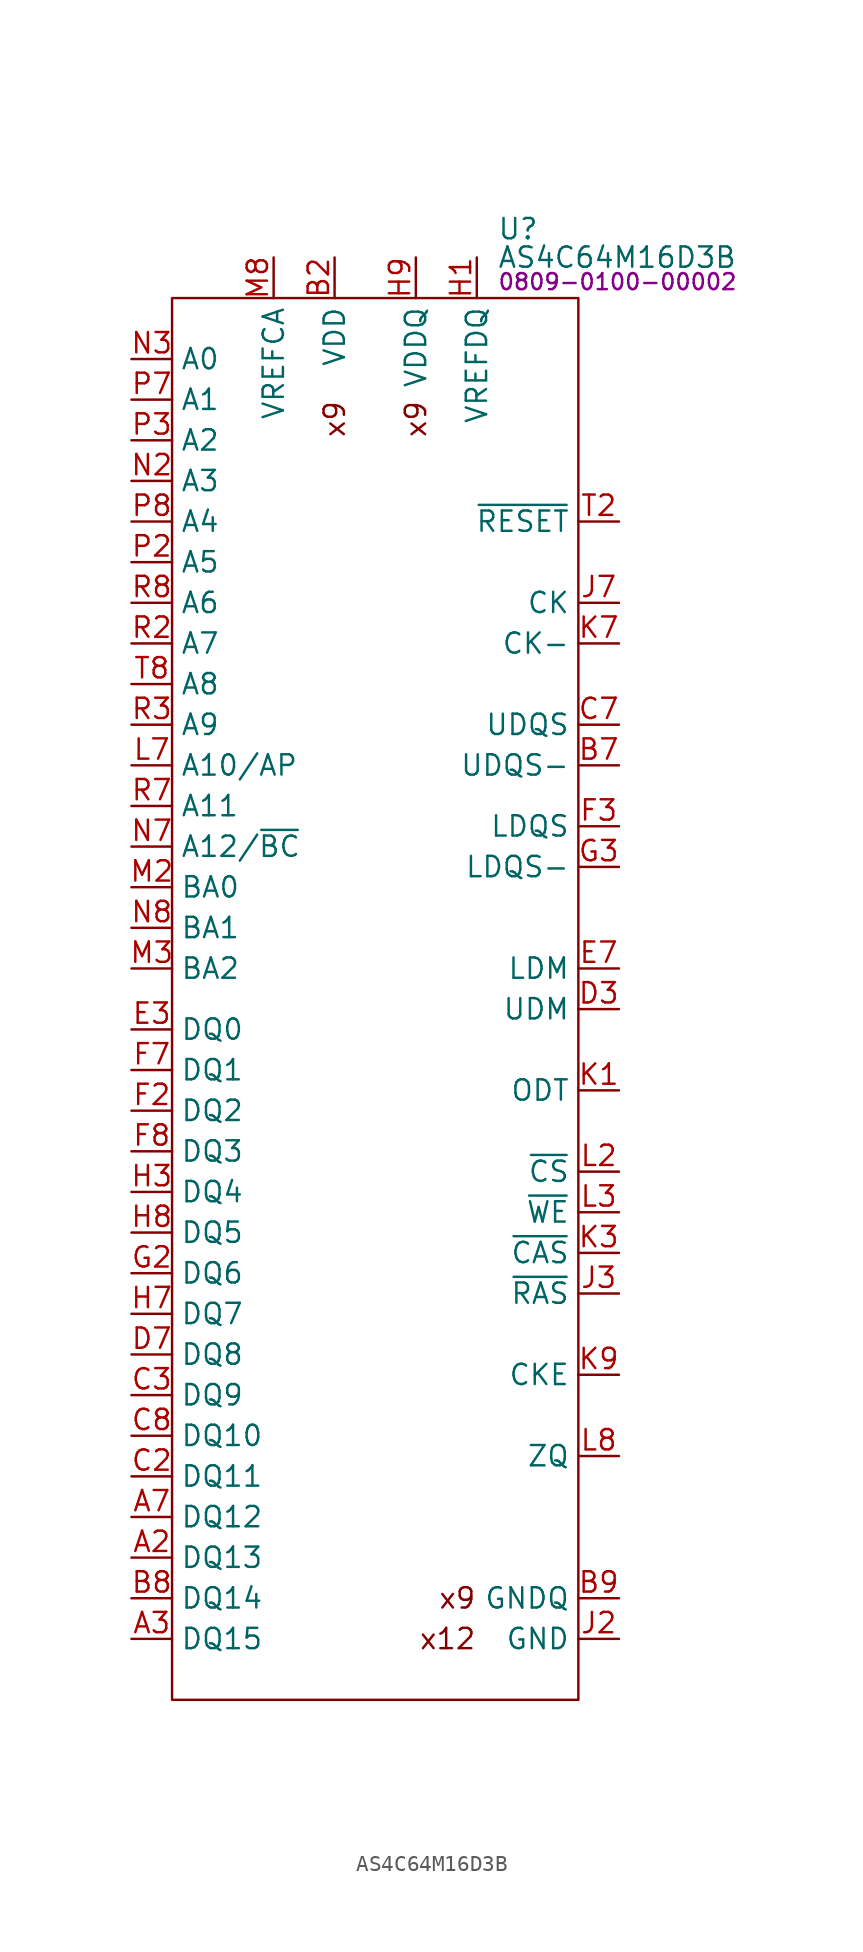
<source format=kicad_sym>
(kicad_symbol_lib
  (version 20231120)
  (generator "kicad_symbol_editor")
  (generator_version "8.0")
  (symbol "AS4C64M16D3B"
    (property "Reference" "U"
      (at 20.32 4.318 0)
      (effects (font (size 1.27 1.27)) (justify left)))
    (property "Value" "AS4C64M16D3B"
      (at 20.32 2.54 0)
      (effects (font (size 1.27 1.27)) (justify left)))
    (property "PartNumber" "0809-0100-00002"
      (at 20.32 1.016 0)
      (effects (font (size 1 1)) (justify left)))
    (symbol "AS4C64M16D3B_0_0"
      (text "x9" (at 10.16 -6.35 900) (effects (font (size 1.27 1.27)) (justify right)))
      (text "x9" (at 15.24 -6.35 900) (effects (font (size 1.27 1.27)) (justify right)))
      (text "x9" (at 19.05 -81.28 0) (effects (font (size 1.27 1.27)) (justify right)))
      (pin power_in line (at 15.24 2.54 270) (length 2.54) hide (name "VDDQ" (effects (font (size 1.27 1.27)))) (number "A1" (effects (font (size 1.27 1.27)))))
      (pin input line (at -2.54 -78.74 0) (length 2.54) (name "DQ13" (effects (font (size 1.27 1.27)))) (number "A2" (effects (font (size 1.27 1.27)))))
      (pin input line (at -2.54 -83.82 0) (length 2.54) (name "DQ15" (effects (font (size 1.27 1.27)))) (number "A3" (effects (font (size 1.27 1.27)))))
      (pin input line (at -2.54 -76.2 0) (length 2.54) (name "DQ12" (effects (font (size 1.27 1.27)))) (number "A7" (effects (font (size 1.27 1.27)))))
      (pin power_in line (at 15.24 2.54 270) (length 2.54) hide (name "VDDQ" (effects (font (size 1.27 1.27)))) (number "A8" (effects (font (size 1.27 1.27)))))
      (pin power_in line (at 27.94 -83.82 180) (length 2.54) hide (name "GND" (effects (font (size 1.27 1.27)))) (number "A9" (effects (font (size 1.27 1.27)))))
      (pin power_in line (at 27.94 -81.28 180) (length 2.54) hide (name "GNDQ" (effects (font (size 1.27 1.27)))) (number "B1" (effects (font (size 1.27 1.27)))))
      (pin power_in line (at 10.16 2.54 270) (length 2.54) (name "VDD" (effects (font (size 1.27 1.27)))) (number "B2" (effects (font (size 1.27 1.27)))))
      (pin power_in line (at 27.94 -83.82 180) (length 2.54) hide (name "GND" (effects (font (size 1.27 1.27)))) (number "B3" (effects (font (size 1.27 1.27)))))
      (pin input line (at 27.94 -29.21 180) (length 2.54) (name "UDQS-" (effects (font (size 1.27 1.27)))) (number "B7" (effects (font (size 1.27 1.27)))))
      (pin input line (at -2.54 -81.28 0) (length 2.54) (name "DQ14" (effects (font (size 1.27 1.27)))) (number "B8" (effects (font (size 1.27 1.27)))))
      (pin power_in line (at 27.94 -81.28 180) (length 2.54) (name "GNDQ" (effects (font (size 1.27 1.27)))) (number "B9" (effects (font (size 1.27 1.27)))))
      (pin power_in line (at 15.24 2.54 270) (length 2.54) hide (name "VDDQ" (effects (font (size 1.27 1.27)))) (number "C1" (effects (font (size 1.27 1.27)))))
      (pin input line (at -2.54 -73.66 0) (length 2.54) (name "DQ11" (effects (font (size 1.27 1.27)))) (number "C2" (effects (font (size 1.27 1.27)))))
      (pin input line (at -2.54 -68.58 0) (length 2.54) (name "DQ9" (effects (font (size 1.27 1.27)))) (number "C3" (effects (font (size 1.27 1.27)))))
      (pin input line (at 27.94 -26.67 180) (length 2.54) (name "UDQS" (effects (font (size 1.27 1.27)))) (number "C7" (effects (font (size 1.27 1.27)))))
      (pin input line (at -2.54 -71.12 0) (length 2.54) (name "DQ10" (effects (font (size 1.27 1.27)))) (number "C8" (effects (font (size 1.27 1.27)))))
      (pin power_in line (at 15.24 2.54 270) (length 2.54) hide (name "VDDQ" (effects (font (size 1.27 1.27)))) (number "C9" (effects (font (size 1.27 1.27)))))
      (pin power_in line (at 27.94 -81.28 180) (length 2.54) hide (name "GNDQ" (effects (font (size 1.27 1.27)))) (number "D1" (effects (font (size 1.27 1.27)))))
      (pin power_in line (at 15.24 2.54 270) (length 2.54) hide (name "VDDQ" (effects (font (size 1.27 1.27)))) (number "D2" (effects (font (size 1.27 1.27)))))
      (pin input line (at 27.94 -44.45 180) (length 2.54) (name "UDM" (effects (font (size 1.27 1.27)))) (number "D3" (effects (font (size 1.27 1.27)))))
      (pin input line (at -2.54 -66.04 0) (length 2.54) (name "DQ8" (effects (font (size 1.27 1.27)))) (number "D7" (effects (font (size 1.27 1.27)))))
      (pin power_in line (at 27.94 -81.28 180) (length 2.54) hide (name "GNDQ" (effects (font (size 1.27 1.27)))) (number "D8" (effects (font (size 1.27 1.27)))))
      (pin power_in line (at 10.16 2.54 270) (length 2.54) hide (name "VDD" (effects (font (size 1.27 1.27)))) (number "D9" (effects (font (size 1.27 1.27)))))
      (pin power_in line (at 27.94 -83.82 180) (length 2.54) hide (name "GND" (effects (font (size 1.27 1.27)))) (number "E1" (effects (font (size 1.27 1.27)))))
      (pin power_in line (at 27.94 -81.28 180) (length 2.54) hide (name "GNDQ" (effects (font (size 1.27 1.27)))) (number "E2" (effects (font (size 1.27 1.27)))))
      (pin input line (at -2.54 -45.72 0) (length 2.54) (name "DQ0" (effects (font (size 1.27 1.27)))) (number "E3" (effects (font (size 1.27 1.27)))))
      (pin input line (at 27.94 -41.91 180) (length 2.54) (name "LDM" (effects (font (size 1.27 1.27)))) (number "E7" (effects (font (size 1.27 1.27)))))
      (pin power_in line (at 27.94 -81.28 180) (length 2.54) hide (name "GNDQ" (effects (font (size 1.27 1.27)))) (number "E8" (effects (font (size 1.27 1.27)))))
      (pin power_in line (at 15.24 2.54 270) (length 2.54) hide (name "VDDQ" (effects (font (size 1.27 1.27)))) (number "E9" (effects (font (size 1.27 1.27)))))
      (pin power_in line (at 15.24 2.54 270) (length 2.54) hide (name "VDDQ" (effects (font (size 1.27 1.27)))) (number "F1" (effects (font (size 1.27 1.27)))))
      (pin input line (at -2.54 -50.8 0) (length 2.54) (name "DQ2" (effects (font (size 1.27 1.27)))) (number "F2" (effects (font (size 1.27 1.27)))))
      (pin input line (at 27.94 -33.02 180) (length 2.54) (name "LDQS" (effects (font (size 1.27 1.27)))) (number "F3" (effects (font (size 1.27 1.27)))))
      (pin input line (at -2.54 -48.26 0) (length 2.54) (name "DQ1" (effects (font (size 1.27 1.27)))) (number "F7" (effects (font (size 1.27 1.27)))))
      (pin input line (at -2.54 -53.34 0) (length 2.54) (name "DQ3" (effects (font (size 1.27 1.27)))) (number "F8" (effects (font (size 1.27 1.27)))))
      (pin power_in line (at 27.94 -81.28 180) (length 2.54) hide (name "GNDQ" (effects (font (size 1.27 1.27)))) (number "F9" (effects (font (size 1.27 1.27)))))
      (pin power_in line (at 27.94 -81.28 180) (length 2.54) hide (name "GNDQ" (effects (font (size 1.27 1.27)))) (number "G1" (effects (font (size 1.27 1.27)))))
      (pin input line (at -2.54 -60.96 0) (length 2.54) (name "DQ6" (effects (font (size 1.27 1.27)))) (number "G2" (effects (font (size 1.27 1.27)))))
      (pin input line (at 27.94 -35.56 180) (length 2.54) (name "LDQS-" (effects (font (size 1.27 1.27)))) (number "G3" (effects (font (size 1.27 1.27)))))
      (pin power_in line (at 10.16 2.54 270) (length 2.54) hide (name "VDD" (effects (font (size 1.27 1.27)))) (number "G7" (effects (font (size 1.27 1.27)))))
      (pin power_in line (at 27.94 -83.82 180) (length 2.54) hide (name "GND" (effects (font (size 1.27 1.27)))) (number "G8" (effects (font (size 1.27 1.27)))))
      (pin power_in line (at 27.94 -81.28 180) (length 2.54) hide (name "GNDQ" (effects (font (size 1.27 1.27)))) (number "G9" (effects (font (size 1.27 1.27)))))
      (pin input line (at 19.05 2.54 270) (length 2.54) (name "VREFDQ" (effects (font (size 1.27 1.27)))) (number "H1" (effects (font (size 1.27 1.27)))))
      (pin power_in line (at 15.24 2.54 270) (length 2.54) hide (name "VDDQ" (effects (font (size 1.27 1.27)))) (number "H2" (effects (font (size 1.27 1.27)))))
      (pin input line (at -2.54 -55.88 0) (length 2.54) (name "DQ4" (effects (font (size 1.27 1.27)))) (number "H3" (effects (font (size 1.27 1.27)))))
      (pin input line (at -2.54 -63.5 0) (length 2.54) (name "DQ7" (effects (font (size 1.27 1.27)))) (number "H7" (effects (font (size 1.27 1.27)))))
      (pin input line (at -2.54 -58.42 0) (length 2.54) (name "DQ5" (effects (font (size 1.27 1.27)))) (number "H8" (effects (font (size 1.27 1.27)))))
      (pin power_in line (at 15.24 2.54 270) (length 2.54) (name "VDDQ" (effects (font (size 1.27 1.27)))) (number "H9" (effects (font (size 1.27 1.27)))))
      (pin no_connect line (at 7.62 -77.47 270) (length 2.54) hide (name "NC" (effects (font (size 1.27 1.27)))) (number "J1" (effects (font (size 1.27 1.27)))))
      (pin power_in line (at 27.94 -83.82 180) (length 2.54) (name "GND" (effects (font (size 1.27 1.27)))) (number "J2" (effects (font (size 1.27 1.27)))))
      (pin input line (at 27.94 -62.23 180) (length 2.54) (name "~{RAS}" (effects (font (size 1.27 1.27)))) (number "J3" (effects (font (size 1.27 1.27)))))
      (pin input line (at 27.94 -19.05 180) (length 2.54) (name "CK" (effects (font (size 1.27 1.27)))) (number "J7" (effects (font (size 1.27 1.27)))))
      (pin power_in line (at 27.94 -83.82 180) (length 2.54) hide (name "GND" (effects (font (size 1.27 1.27)))) (number "J8" (effects (font (size 1.27 1.27)))))
      (pin no_connect line (at 7.62 -77.47 270) (length 2.54) hide (name "NC" (effects (font (size 1.27 1.27)))) (number "J9" (effects (font (size 1.27 1.27)))))
      (pin input line (at 27.94 -49.53 180) (length 2.54) (name "ODT" (effects (font (size 1.27 1.27)))) (number "K1" (effects (font (size 1.27 1.27)))))
      (pin power_in line (at 10.16 2.54 270) (length 2.54) hide (name "VDD" (effects (font (size 1.27 1.27)))) (number "K2" (effects (font (size 1.27 1.27)))))
      (pin input line (at 27.94 -59.69 180) (length 2.54) (name "~{CAS}" (effects (font (size 1.27 1.27)))) (number "K3" (effects (font (size 1.27 1.27)))))
      (pin input line (at 27.94 -21.59 180) (length 2.54) (name "CK-" (effects (font (size 1.27 1.27)))) (number "K7" (effects (font (size 1.27 1.27)))))
      (pin power_in line (at 10.16 2.54 270) (length 2.54) hide (name "VDD" (effects (font (size 1.27 1.27)))) (number "K8" (effects (font (size 1.27 1.27)))))
      (pin input line (at 27.94 -67.31 180) (length 2.54) (name "CKE" (effects (font (size 1.27 1.27)))) (number "K9" (effects (font (size 1.27 1.27)))))
      (pin no_connect line (at 7.62 -77.47 270) (length 2.54) hide (name "NC" (effects (font (size 1.27 1.27)))) (number "L1" (effects (font (size 1.27 1.27)))))
      (pin input line (at 27.94 -54.61 180) (length 2.54) (name "~{CS}" (effects (font (size 1.27 1.27)))) (number "L2" (effects (font (size 1.27 1.27)))))
      (pin input line (at 27.94 -57.15 180) (length 2.54) (name "~{WE}" (effects (font (size 1.27 1.27)))) (number "L3" (effects (font (size 1.27 1.27)))))
      (pin input line (at -2.54 -29.21 0) (length 2.54) (name "A10/AP" (effects (font (size 1.27 1.27)))) (number "L7" (effects (font (size 1.27 1.27)))))
      (pin input line (at 27.94 -72.39 180) (length 2.54) (name "ZQ" (effects (font (size 1.27 1.27)))) (number "L8" (effects (font (size 1.27 1.27)))))
      (pin no_connect line (at 7.62 -77.47 270) (length 2.54) hide (name "NC" (effects (font (size 1.27 1.27)))) (number "L9" (effects (font (size 1.27 1.27)))))
      (pin power_in line (at 27.94 -83.82 180) (length 2.54) hide (name "GND" (effects (font (size 1.27 1.27)))) (number "M1" (effects (font (size 1.27 1.27)))))
      (pin input line (at -2.54 -36.83 0) (length 2.54) (name "BA0" (effects (font (size 1.27 1.27)))) (number "M2" (effects (font (size 1.27 1.27)))))
      (pin input line (at -2.54 -41.91 0) (length 2.54) (name "BA2" (effects (font (size 1.27 1.27)))) (number "M3" (effects (font (size 1.27 1.27)))))
      (pin no_connect line (at 7.62 -77.47 270) (length 2.54) hide (name "NC" (effects (font (size 1.27 1.27)))) (number "M7" (effects (font (size 1.27 1.27)))))
      (pin input line (at 6.35 2.54 270) (length 2.54) (name "VREFCA" (effects (font (size 1.27 1.27)))) (number "M8" (effects (font (size 1.27 1.27)))))
      (pin power_in line (at 27.94 -83.82 180) (length 2.54) hide (name "GND" (effects (font (size 1.27 1.27)))) (number "M9" (effects (font (size 1.27 1.27)))))
      (pin power_in line (at 10.16 2.54 270) (length 2.54) hide (name "VDD" (effects (font (size 1.27 1.27)))) (number "N1" (effects (font (size 1.27 1.27)))))
      (pin input line (at -2.54 -11.43 0) (length 2.54) (name "A3" (effects (font (size 1.27 1.27)))) (number "N2" (effects (font (size 1.27 1.27)))))
      (pin input line (at -2.54 -3.81 0) (length 2.54) (name "A0" (effects (font (size 1.27 1.27)))) (number "N3" (effects (font (size 1.27 1.27)))))
      (pin input line (at -2.54 -34.29 0) (length 2.54) (name "A12/~{BC}" (effects (font (size 1.27 1.27)))) (number "N7" (effects (font (size 1.27 1.27)))))
      (pin input line (at -2.54 -39.37 0) (length 2.54) (name "BA1" (effects (font (size 1.27 1.27)))) (number "N8" (effects (font (size 1.27 1.27)))))
      (pin power_in line (at 10.16 2.54 270) (length 2.54) hide (name "VDD" (effects (font (size 1.27 1.27)))) (number "N9" (effects (font (size 1.27 1.27)))))
      (pin power_in line (at 27.94 -83.82 180) (length 2.54) hide (name "GND" (effects (font (size 1.27 1.27)))) (number "P1" (effects (font (size 1.27 1.27)))))
      (pin input line (at -2.54 -16.51 0) (length 2.54) (name "A5" (effects (font (size 1.27 1.27)))) (number "P2" (effects (font (size 1.27 1.27)))))
      (pin input line (at -2.54 -8.89 0) (length 2.54) (name "A2" (effects (font (size 1.27 1.27)))) (number "P3" (effects (font (size 1.27 1.27)))))
      (pin input line (at -2.54 -6.35 0) (length 2.54) (name "A1" (effects (font (size 1.27 1.27)))) (number "P7" (effects (font (size 1.27 1.27)))))
      (pin input line (at -2.54 -13.97 0) (length 2.54) (name "A4" (effects (font (size 1.27 1.27)))) (number "P8" (effects (font (size 1.27 1.27)))))
      (pin power_in line (at 27.94 -83.82 180) (length 2.54) hide (name "GND" (effects (font (size 1.27 1.27)))) (number "P9" (effects (font (size 1.27 1.27)))))
      (pin power_in line (at 10.16 2.54 270) (length 2.54) hide (name "VDD" (effects (font (size 1.27 1.27)))) (number "R1" (effects (font (size 1.27 1.27)))))
      (pin input line (at -2.54 -21.59 0) (length 2.54) (name "A7" (effects (font (size 1.27 1.27)))) (number "R2" (effects (font (size 1.27 1.27)))))
      (pin input line (at -2.54 -26.67 0) (length 2.54) (name "A9" (effects (font (size 1.27 1.27)))) (number "R3" (effects (font (size 1.27 1.27)))))
      (pin input line (at -2.54 -31.75 0) (length 2.54) (name "A11" (effects (font (size 1.27 1.27)))) (number "R7" (effects (font (size 1.27 1.27)))))
      (pin input line (at -2.54 -19.05 0) (length 2.54) (name "A6" (effects (font (size 1.27 1.27)))) (number "R8" (effects (font (size 1.27 1.27)))))
      (pin power_in line (at 10.16 2.54 270) (length 2.54) hide (name "VDD" (effects (font (size 1.27 1.27)))) (number "R9" (effects (font (size 1.27 1.27)))))
      (pin power_in line (at 27.94 -83.82 180) (length 2.54) hide (name "GND" (effects (font (size 1.27 1.27)))) (number "T1" (effects (font (size 1.27 1.27)))))
      (pin input line (at 27.94 -13.97 180) (length 2.54) (name "~{RESET}" (effects (font (size 1.27 1.27)))) (number "T2" (effects (font (size 1.27 1.27)))))
      (pin no_connect line (at 7.62 -77.47 270) (length 2.54) hide (name "NC" (effects (font (size 1.27 1.27)))) (number "T3" (effects (font (size 1.27 1.27)))))
      (pin no_connect line (at 7.62 -77.47 270) (length 2.54) hide (name "NC" (effects (font (size 1.27 1.27)))) (number "T7" (effects (font (size 1.27 1.27)))))
      (pin input line (at -2.54 -24.13 0) (length 2.54) (name "A8" (effects (font (size 1.27 1.27)))) (number "T8" (effects (font (size 1.27 1.27)))))
      (pin power_in line (at 27.94 -83.82 180) (length 2.54) hide (name "GND" (effects (font (size 1.27 1.27)))) (number "T9" (effects (font (size 1.27 1.27))))))
    (symbol "AS4C64M16D3B_1_1"
      (rectangle (start 0 0) (end 25.4 -87.63) (stroke (width 0) (type default)) (fill (type none)))
      (text "x12" (at 19.05 -83.82 0) (effects (font (size 1.27 1.27)) (justify right))))))
</source>
